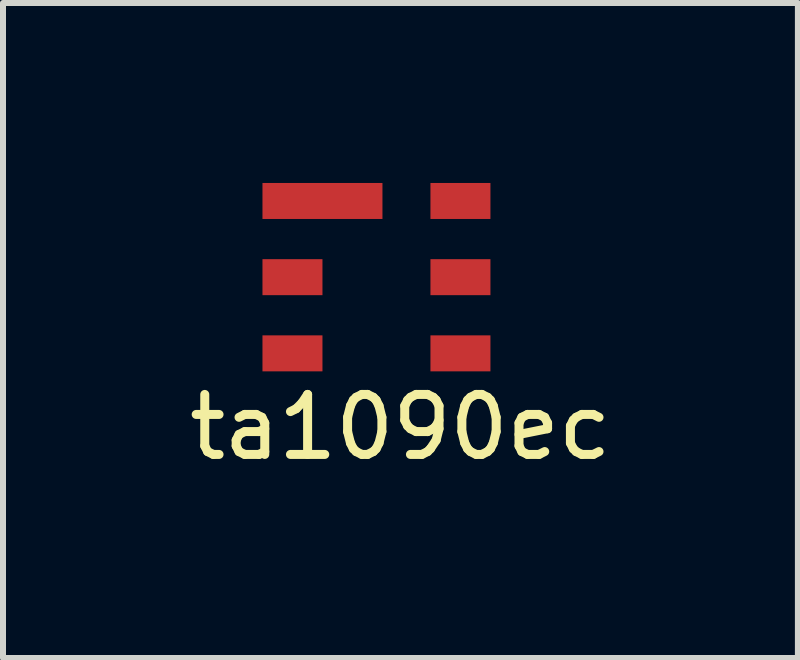
<source format=kicad_pcb>
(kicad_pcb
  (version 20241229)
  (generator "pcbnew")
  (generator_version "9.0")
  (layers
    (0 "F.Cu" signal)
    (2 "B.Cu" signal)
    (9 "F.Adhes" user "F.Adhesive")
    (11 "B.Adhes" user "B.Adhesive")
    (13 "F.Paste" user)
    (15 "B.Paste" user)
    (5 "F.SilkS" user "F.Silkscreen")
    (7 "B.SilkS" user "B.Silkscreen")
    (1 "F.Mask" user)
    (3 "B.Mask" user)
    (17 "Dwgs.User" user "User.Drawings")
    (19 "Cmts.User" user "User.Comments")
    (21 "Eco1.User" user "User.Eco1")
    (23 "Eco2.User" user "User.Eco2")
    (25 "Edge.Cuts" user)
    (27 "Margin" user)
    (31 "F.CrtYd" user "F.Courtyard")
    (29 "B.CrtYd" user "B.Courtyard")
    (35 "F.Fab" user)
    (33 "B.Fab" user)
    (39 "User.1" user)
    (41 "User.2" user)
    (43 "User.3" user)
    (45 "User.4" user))
  (footprint "ta1090ec"
    (layer "F.Cu")
    (at 3.225 1.57)
    (property "Reference" "ta1090ec" (at 0.4 2.5 0) (layer "F.SilkS") (effects (font (size 1 1) (thickness 0.15))))
    (attr through_hole)
    (pad "1" smd rect (at -1.4 -1.27) (size 2 0.6) (drill (offset 0.5 0)) (layers "F.Cu" "F.Mask" "F.Paste"))
    (pad "2" smd rect (at -1.4 0) (size 1 0.6) (layers "F.Cu" "F.Mask" "F.Paste"))
    (pad "3" smd rect (at -1.4 1.27) (size 1 0.6) (layers "F.Cu" "F.Mask" "F.Paste"))
    (pad "4" smd rect (at 1.4 1.27) (size 1 0.6) (layers "F.Cu" "F.Mask" "F.Paste"))
    (pad "5" smd rect (at 1.4 0) (size 1 0.6) (layers "F.Cu" "F.Mask" "F.Paste"))
    (pad "6" smd rect (at 1.4 -1.27) (size 1 0.6) (layers "F.Cu" "F.Mask" "F.Paste")))
  (gr_rect
    (start -3 -3)
    (end 10.25 7.918)
    (stroke (width 0.1) (type default))
    (fill no)
    (layer "Edge.Cuts")))
</source>
